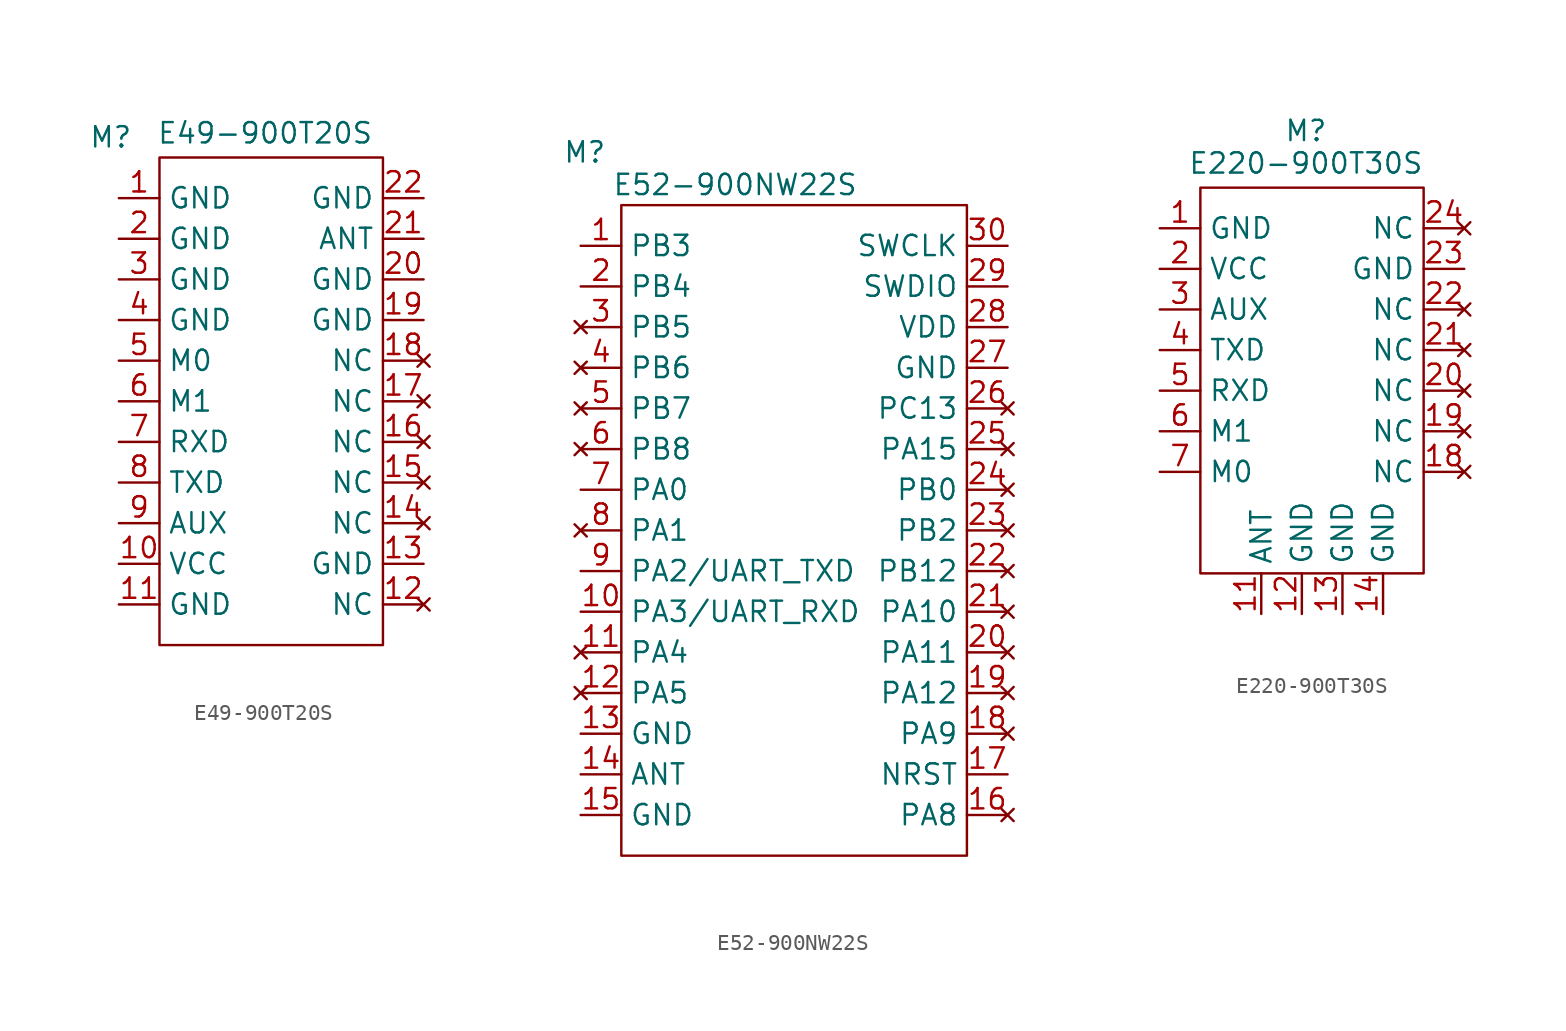
<source format=kicad_sym>
(kicad_symbol_lib
  (version 20231120)
  (generator "kicad_symbol_editor")
  (generator_version "8.0")
  (symbol "E49-900T20S"
    (property "Reference" "M"
      (at -0.508 3.81 0)
      (effects (font (size 1.27 1.27))))
    (property "Value" "E49-900T20S"
      (at 9.144 4.064 0)
      (effects (font (size 1.27 1.27))))
    (symbol "E49-900T20S_0_0"
      (pin power_in line (at 0 0 0) (length 2.54) (name "GND" (effects (font (size 1.27 1.27)))) (number "1" (effects (font (size 1.27 1.27)))))
      (pin power_in line (at 0 -22.86 0) (length 2.54) (name "VCC" (effects (font (size 1.27 1.27)))) (number "10" (effects (font (size 1.27 1.27)))))
      (pin power_in line (at 0 -25.4 0) (length 2.54) (name "GND" (effects (font (size 1.27 1.27)))) (number "11" (effects (font (size 1.27 1.27)))))
      (pin no_connect line (at 19.05 -25.4 180) (length 2.54) (name "NC" (effects (font (size 1.27 1.27)))) (number "12" (effects (font (size 1.27 1.27)))))
      (pin power_in line (at 19.05 -22.86 180) (length 2.54) (name "GND" (effects (font (size 1.27 1.27)))) (number "13" (effects (font (size 1.27 1.27)))))
      (pin no_connect line (at 19.05 -20.32 180) (length 2.54) (name "NC" (effects (font (size 1.27 1.27)))) (number "14" (effects (font (size 1.27 1.27)))))
      (pin no_connect line (at 19.05 -17.78 180) (length 2.54) (name "NC" (effects (font (size 1.27 1.27)))) (number "15" (effects (font (size 1.27 1.27)))))
      (pin no_connect line (at 19.05 -15.24 180) (length 2.54) (name "NC" (effects (font (size 1.27 1.27)))) (number "16" (effects (font (size 1.27 1.27)))))
      (pin no_connect line (at 19.05 -12.7 180) (length 2.54) (name "NC" (effects (font (size 1.27 1.27)))) (number "17" (effects (font (size 1.27 1.27)))))
      (pin no_connect line (at 19.05 -10.16 180) (length 2.54) (name "NC" (effects (font (size 1.27 1.27)))) (number "18" (effects (font (size 1.27 1.27)))))
      (pin power_in line (at 19.05 -7.62 180) (length 2.54) (name "GND" (effects (font (size 1.27 1.27)))) (number "19" (effects (font (size 1.27 1.27)))))
      (pin power_in line (at 0 -2.54 0) (length 2.54) (name "GND" (effects (font (size 1.27 1.27)))) (number "2" (effects (font (size 1.27 1.27)))))
      (pin power_in line (at 19.05 -5.08 180) (length 2.54) (name "GND" (effects (font (size 1.27 1.27)))) (number "20" (effects (font (size 1.27 1.27)))))
      (pin input line (at 19.05 -2.54 180) (length 2.54) (name "ANT" (effects (font (size 1.27 1.27)))) (number "21" (effects (font (size 1.27 1.27)))))
      (pin power_in line (at 19.05 0 180) (length 2.54) (name "GND" (effects (font (size 1.27 1.27)))) (number "22" (effects (font (size 1.27 1.27)))))
      (pin power_in line (at 0 -5.08 0) (length 2.54) (name "GND" (effects (font (size 1.27 1.27)))) (number "3" (effects (font (size 1.27 1.27)))))
      (pin power_in line (at 0 -7.62 0) (length 2.54) (name "GND" (effects (font (size 1.27 1.27)))) (number "4" (effects (font (size 1.27 1.27)))))
      (pin input line (at 0 -10.16 0) (length 2.54) (name "M0" (effects (font (size 1.27 1.27)))) (number "5" (effects (font (size 1.27 1.27)))))
      (pin input line (at 0 -12.7 0) (length 2.54) (name "M1" (effects (font (size 1.27 1.27)))) (number "6" (effects (font (size 1.27 1.27)))))
      (pin input line (at 0 -15.24 0) (length 2.54) (name "RXD" (effects (font (size 1.27 1.27)))) (number "7" (effects (font (size 1.27 1.27)))))
      (pin output line (at 0 -17.78 0) (length 2.54) (name "TXD" (effects (font (size 1.27 1.27)))) (number "8" (effects (font (size 1.27 1.27)))))
      (pin output line (at 0 -20.32 0) (length 2.54) (name "AUX" (effects (font (size 1.27 1.27)))) (number "9" (effects (font (size 1.27 1.27))))))
    (symbol "E49-900T20S_0_1"
      (rectangle (start 2.54 2.54) (end 16.51 -27.94) (stroke (width 0) (type default)) (fill (type none)))))
  (symbol "E52-900NW22S"
    (property "Reference" "M"
      (at 0.254 5.842 0)
      (effects (font (size 1.27 1.27))))
    (property "Value" "E52-900NW22S"
      (at 9.652 3.81 0)
      (effects (font (size 1.27 1.27))))
    (symbol "E52-900NW22S_0_0"
      (pin bidirectional line (at 0 0 0) (length 2.54) (name "PB3" (effects (font (size 1.27 1.27)))) (number "1" (effects (font (size 1.27 1.27)))))
      (pin no_connect line (at 0 -25.4 0) (length 2.54) (name "PA4" (effects (font (size 1.27 1.27)))) (number "11" (effects (font (size 1.27 1.27)))))
      (pin no_connect line (at 0 -27.94 0) (length 2.54) (name "PA5" (effects (font (size 1.27 1.27)))) (number "12" (effects (font (size 1.27 1.27)))))
      (pin power_in line (at 0 -30.48 0) (length 2.54) (name "GND" (effects (font (size 1.27 1.27)))) (number "13" (effects (font (size 1.27 1.27)))))
      (pin bidirectional line (at 0 -33.02 0) (length 2.54) (name "ANT" (effects (font (size 1.27 1.27)))) (number "14" (effects (font (size 1.27 1.27)))))
      (pin power_in line (at 0 -35.56 0) (length 2.54) (name "GND" (effects (font (size 1.27 1.27)))) (number "15" (effects (font (size 1.27 1.27)))))
      (pin no_connect line (at 26.67 -35.56 180) (length 2.54) (name "PA8" (effects (font (size 1.27 1.27)))) (number "16" (effects (font (size 1.27 1.27)))))
      (pin input line (at 26.67 -33.02 180) (length 2.54) (name "NRST" (effects (font (size 1.27 1.27)))) (number "17" (effects (font (size 1.27 1.27)))))
      (pin no_connect line (at 26.67 -30.48 180) (length 2.54) (name "PA9" (effects (font (size 1.27 1.27)))) (number "18" (effects (font (size 1.27 1.27)))))
      (pin no_connect line (at 26.67 -27.94 180) (length 2.54) (name "PA12" (effects (font (size 1.27 1.27)))) (number "19" (effects (font (size 1.27 1.27)))))
      (pin bidirectional line (at 0 -2.54 0) (length 2.54) (name "PB4" (effects (font (size 1.27 1.27)))) (number "2" (effects (font (size 1.27 1.27)))))
      (pin no_connect line (at 26.67 -25.4 180) (length 2.54) (name "PA11" (effects (font (size 1.27 1.27)))) (number "20" (effects (font (size 1.27 1.27)))))
      (pin no_connect line (at 26.67 -22.86 180) (length 2.54) (name "PA10" (effects (font (size 1.27 1.27)))) (number "21" (effects (font (size 1.27 1.27)))))
      (pin no_connect line (at 26.67 -20.32 180) (length 2.54) (name "PB12" (effects (font (size 1.27 1.27)))) (number "22" (effects (font (size 1.27 1.27)))))
      (pin no_connect line (at 26.67 -17.78 180) (length 2.54) (name "PB2" (effects (font (size 1.27 1.27)))) (number "23" (effects (font (size 1.27 1.27)))))
      (pin no_connect line (at 26.67 -15.24 180) (length 2.54) (name "PB0" (effects (font (size 1.27 1.27)))) (number "24" (effects (font (size 1.27 1.27)))))
      (pin no_connect line (at 26.67 -12.7 180) (length 2.54) (name "PA15" (effects (font (size 1.27 1.27)))) (number "25" (effects (font (size 1.27 1.27)))))
      (pin no_connect line (at 26.67 -10.16 180) (length 2.54) (name "PC13" (effects (font (size 1.27 1.27)))) (number "26" (effects (font (size 1.27 1.27)))))
      (pin power_in line (at 26.67 -7.62 180) (length 2.54) (name "GND" (effects (font (size 1.27 1.27)))) (number "27" (effects (font (size 1.27 1.27)))))
      (pin power_in line (at 26.67 -5.08 180) (length 2.54) (name "VDD" (effects (font (size 1.27 1.27)))) (number "28" (effects (font (size 1.27 1.27)))))
      (pin bidirectional line (at 26.67 -2.54 180) (length 2.54) (name "SWDIO" (effects (font (size 1.27 1.27)))) (number "29" (effects (font (size 1.27 1.27)))))
      (pin no_connect line (at 0 -5.08 0) (length 2.54) (name "PB5" (effects (font (size 1.27 1.27)))) (number "3" (effects (font (size 1.27 1.27)))))
      (pin bidirectional line (at 26.67 0 180) (length 2.54) (name "SWCLK" (effects (font (size 1.27 1.27)))) (number "30" (effects (font (size 1.27 1.27)))))
      (pin no_connect line (at 0 -7.62 0) (length 2.54) (name "PB6" (effects (font (size 1.27 1.27)))) (number "4" (effects (font (size 1.27 1.27)))))
      (pin no_connect line (at 0 -10.16 0) (length 2.54) (name "PB7" (effects (font (size 1.27 1.27)))) (number "5" (effects (font (size 1.27 1.27)))))
      (pin no_connect line (at 0 -12.7 0) (length 2.54) (name "PB8" (effects (font (size 1.27 1.27)))) (number "6" (effects (font (size 1.27 1.27)))))
      (pin bidirectional line (at 0 -15.24 0) (length 2.54) (name "PA0" (effects (font (size 1.27 1.27)))) (number "7" (effects (font (size 1.27 1.27)))))
      (pin no_connect line (at 0 -17.78 0) (length 2.54) (name "PA1" (effects (font (size 1.27 1.27)))) (number "8" (effects (font (size 1.27 1.27))))))
    (symbol "E52-900NW22S_0_1"
      (rectangle (start 2.54 2.54) (end 24.13 -38.1) (stroke (width 0) (type default)) (fill (type none))))
    (symbol "E52-900NW22S_1_0"
      (pin input line (at 0 -22.86 0) (length 2.54) (name "PA3/UART_RXD" (effects (font (size 1.27 1.27)))) (number "10" (effects (font (size 1.27 1.27)))))
      (pin output line (at 0 -20.32 0) (length 2.54) (name "PA2/UART_TXD" (effects (font (size 1.27 1.27)))) (number "9" (effects (font (size 1.27 1.27)))))))
  (symbol "E220-900T30S"
    (property "Reference" "M"
      (at 9.144 6.096 0)
      (effects (font (size 1.27 1.27))))
    (property "Value" "E220-900T30S"
      (at 9.144 4.064 0)
      (effects (font (size 1.27 1.27))))
    (symbol "E220-900T30S_0_0"
      (pin power_in line (at 0 0 0) (length 2.54) (name "GND" (effects (font (size 1.27 1.27)))) (number "1" (effects (font (size 1.27 1.27)))))
      (pin output line (at 6.35 -24.13 90) (length 2.54) (name "ANT" (effects (font (size 1.27 1.27)))) (number "11" (effects (font (size 1.27 1.27)))))
      (pin power_in line (at 8.89 -24.13 90) (length 2.54) (name "GND" (effects (font (size 1.27 1.27)))) (number "12" (effects (font (size 1.27 1.27)))))
      (pin power_in line (at 11.43 -24.13 90) (length 2.54) (name "GND" (effects (font (size 1.27 1.27)))) (number "13" (effects (font (size 1.27 1.27)))))
      (pin power_in line (at 13.97 -24.13 90) (length 2.54) (name "GND" (effects (font (size 1.27 1.27)))) (number "14" (effects (font (size 1.27 1.27)))))
      (pin no_connect line (at 19.05 -15.24 180) (length 2.54) (name "NC" (effects (font (size 1.27 1.27)))) (number "18" (effects (font (size 1.27 1.27)))))
      (pin no_connect line (at 19.05 -12.7 180) (length 2.54) (name "NC" (effects (font (size 1.27 1.27)))) (number "19" (effects (font (size 1.27 1.27)))))
      (pin power_in line (at 0 -2.54 0) (length 2.54) (name "VCC" (effects (font (size 1.27 1.27)))) (number "2" (effects (font (size 1.27 1.27)))))
      (pin no_connect line (at 19.05 -10.16 180) (length 2.54) (name "NC" (effects (font (size 1.27 1.27)))) (number "20" (effects (font (size 1.27 1.27)))))
      (pin no_connect line (at 19.05 -7.62 180) (length 2.54) (name "NC" (effects (font (size 1.27 1.27)))) (number "21" (effects (font (size 1.27 1.27)))))
      (pin no_connect line (at 19.05 -5.08 180) (length 2.54) (name "NC" (effects (font (size 1.27 1.27)))) (number "22" (effects (font (size 1.27 1.27)))))
      (pin power_in line (at 19.05 -2.54 180) (length 2.54) (name "GND" (effects (font (size 1.27 1.27)))) (number "23" (effects (font (size 1.27 1.27)))))
      (pin no_connect line (at 19.05 0 180) (length 2.54) (name "NC" (effects (font (size 1.27 1.27)))) (number "24" (effects (font (size 1.27 1.27)))))
      (pin output line (at 0 -5.08 0) (length 2.54) (name "AUX" (effects (font (size 1.27 1.27)))) (number "3" (effects (font (size 1.27 1.27)))))
      (pin output line (at 0 -7.62 0) (length 2.54) (name "TXD" (effects (font (size 1.27 1.27)))) (number "4" (effects (font (size 1.27 1.27)))))
      (pin input line (at 0 -10.16 0) (length 2.54) (name "RXD" (effects (font (size 1.27 1.27)))) (number "5" (effects (font (size 1.27 1.27)))))
      (pin input line (at 0 -12.7 0) (length 2.54) (name "M1" (effects (font (size 1.27 1.27)))) (number "6" (effects (font (size 1.27 1.27)))))
      (pin input line (at 0 -15.24 0) (length 2.54) (name "M0" (effects (font (size 1.27 1.27)))) (number "7" (effects (font (size 1.27 1.27))))))
    (symbol "E220-900T30S_0_1"
      (rectangle (start 2.54 2.54) (end 16.51 -21.59) (stroke (width 0) (type default)) (fill (type none))))))
</source>
